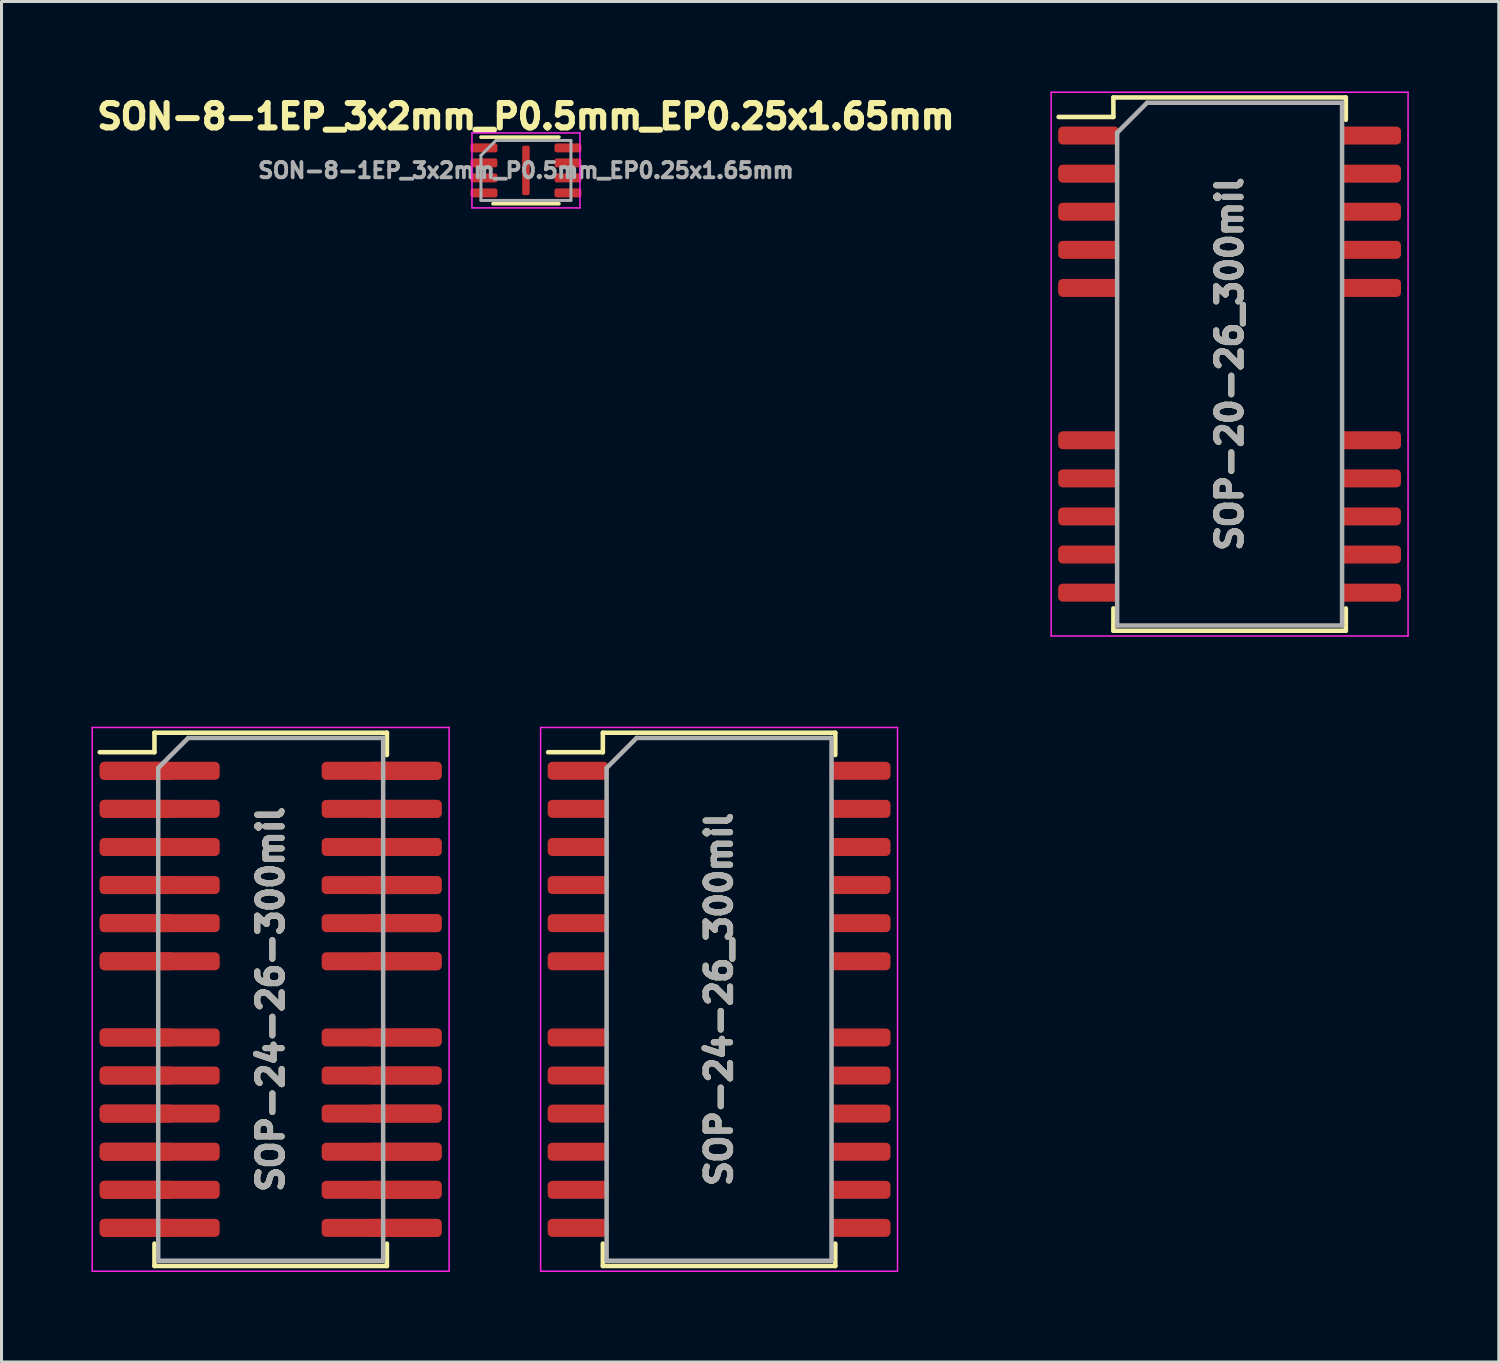
<source format=kicad_pcb>
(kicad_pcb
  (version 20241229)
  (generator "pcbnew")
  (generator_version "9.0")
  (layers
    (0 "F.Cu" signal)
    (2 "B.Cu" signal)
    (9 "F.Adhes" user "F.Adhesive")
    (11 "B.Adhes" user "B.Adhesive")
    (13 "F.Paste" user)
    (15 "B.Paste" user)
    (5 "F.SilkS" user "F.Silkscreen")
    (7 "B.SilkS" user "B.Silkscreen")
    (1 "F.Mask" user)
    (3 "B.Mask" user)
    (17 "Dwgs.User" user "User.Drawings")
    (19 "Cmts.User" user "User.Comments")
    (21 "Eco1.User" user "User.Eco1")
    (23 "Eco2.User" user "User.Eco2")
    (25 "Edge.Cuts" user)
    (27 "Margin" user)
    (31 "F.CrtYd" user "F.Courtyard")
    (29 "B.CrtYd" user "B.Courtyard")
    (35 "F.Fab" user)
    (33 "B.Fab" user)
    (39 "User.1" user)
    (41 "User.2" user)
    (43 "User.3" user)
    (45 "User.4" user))
  (footprint "SOP-24-26-300mil"
    (layer "F.Cu")
    (at 5.975 30.27)
    (property "Reference" "SOP-24-26-300mil" (at 0 0 270) (layer "F.Fab") (effects (font (size 0.813 0.813) (thickness 0.203))))
    (attr smd)
    (fp_line (start -3.875 -8.89) (end -3.875 -8.24) (stroke (width 0.152) (type solid)) (layer "F.SilkS"))
    (fp_line (start -3.875 -8.89) (end 3.875 -8.89) (stroke (width 0.152) (type solid)) (layer "F.SilkS"))
    (fp_line (start -3.875 -8.24) (end -5.7 -8.24) (stroke (width 0.152) (type solid)) (layer "F.SilkS"))
    (fp_line (start -3.875 8.89) (end -3.875 8.145) (stroke (width 0.152) (type solid)) (layer "F.SilkS"))
    (fp_line (start -3.875 8.89) (end 3.875 8.89) (stroke (width 0.152) (type solid)) (layer "F.SilkS"))
    (fp_line (start 3.875 -8.89) (end 3.875 -8.145) (stroke (width 0.152) (type solid)) (layer "F.SilkS"))
    (fp_line (start 3.875 8.89) (end 3.875 8.145) (stroke (width 0.152) (type solid)) (layer "F.SilkS"))
    (fp_line (start -5.95 -9.065) (end -5.95 9.065) (stroke (width 0.05) (type solid)) (layer "F.CrtYd"))
    (fp_line (start -5.95 -9.065) (end 5.95 -9.065) (stroke (width 0.05) (type solid)) (layer "F.CrtYd"))
    (fp_line (start -5.95 9.065) (end 5.95 9.065) (stroke (width 0.05) (type solid)) (layer "F.CrtYd"))
    (fp_line (start 5.95 -9.065) (end 5.95 9.065) (stroke (width 0.05) (type solid)) (layer "F.CrtYd"))
    (fp_line (start -3.75 -7.715) (end -2.75 -8.715) (stroke (width 0.15) (type solid)) (layer "F.Fab"))
    (fp_line (start -3.75 8.715) (end -3.75 -7.715) (stroke (width 0.15) (type solid)) (layer "F.Fab"))
    (fp_line (start -2.75 -8.715) (end 3.75 -8.715) (stroke (width 0.15) (type solid)) (layer "F.Fab"))
    (fp_line (start 3.75 -8.715) (end 3.75 8.715) (stroke (width 0.15) (type solid)) (layer "F.Fab"))
    (fp_line (start 3.75 8.715) (end -3.75 8.715) (stroke (width 0.15) (type solid)) (layer "F.Fab"))
    (fp_text user "${REFERENCE}" (at 0 0 90) (layer "F.SilkS") (effects (font (size 0.813 0.813) (thickness 0.203))))
    (pad "1" smd roundrect (at -4.45 -7.62) (size 2.5 0.6) (layers "F.Cu" "F.Mask" "F.Paste") (roundrect_rratio 0.25))
    (pad "1" smd roundrect (at -3.7 -7.62) (size 4 0.6) (layers "F.Cu" "F.Mask") (roundrect_rratio 0.25))
    (pad "2" smd roundrect (at -4.45 -6.35) (size 2.5 0.6) (layers "F.Cu" "F.Mask" "F.Paste") (roundrect_rratio 0.25))
    (pad "2" smd roundrect (at -3.7 -6.35) (size 4 0.6) (layers "F.Cu" "F.Mask") (roundrect_rratio 0.25))
    (pad "3" smd roundrect (at -4.45 -5.08) (size 2.5 0.6) (layers "F.Cu" "F.Mask" "F.Paste") (roundrect_rratio 0.25))
    (pad "3" smd roundrect (at -3.7 -5.08) (size 4 0.6) (layers "F.Cu" "F.Mask") (roundrect_rratio 0.25))
    (pad "4" smd roundrect (at -4.45 -3.81) (size 2.5 0.6) (layers "F.Cu" "F.Mask" "F.Paste") (roundrect_rratio 0.25))
    (pad "4" smd roundrect (at -3.7 -3.81) (size 4 0.6) (layers "F.Cu" "F.Mask") (roundrect_rratio 0.25))
    (pad "5" smd roundrect (at -4.45 -2.54) (size 2.5 0.6) (layers "F.Cu" "F.Mask" "F.Paste") (roundrect_rratio 0.25))
    (pad "5" smd roundrect (at -3.7 -2.54) (size 4 0.6) (layers "F.Cu" "F.Mask") (roundrect_rratio 0.25))
    (pad "6" smd roundrect (at -4.45 -1.27) (size 2.5 0.6) (layers "F.Cu" "F.Mask" "F.Paste") (roundrect_rratio 0.25))
    (pad "6" smd roundrect (at -3.7 -1.27) (size 4 0.6) (layers "F.Cu" "F.Mask") (roundrect_rratio 0.25))
    (pad "8" smd roundrect (at -4.45 1.27) (size 2.5 0.6) (layers "F.Cu" "F.Mask" "F.Paste") (roundrect_rratio 0.25))
    (pad "8" smd roundrect (at -3.7 1.27) (size 4 0.6) (layers "F.Cu" "F.Mask") (roundrect_rratio 0.25))
    (pad "9" smd roundrect (at -4.45 2.54) (size 2.5 0.6) (layers "F.Cu" "F.Mask" "F.Paste") (roundrect_rratio 0.25))
    (pad "9" smd roundrect (at -3.7 2.54) (size 4 0.6) (layers "F.Cu" "F.Mask") (roundrect_rratio 0.25))
    (pad "10" smd roundrect (at -4.45 3.81) (size 2.5 0.6) (layers "F.Cu" "F.Mask" "F.Paste") (roundrect_rratio 0.25))
    (pad "10" smd roundrect (at -3.7 3.81) (size 4 0.6) (layers "F.Cu" "F.Mask") (roundrect_rratio 0.25))
    (pad "11" smd roundrect (at -4.45 5.08) (size 2.5 0.6) (layers "F.Cu" "F.Mask" "F.Paste") (roundrect_rratio 0.25))
    (pad "11" smd roundrect (at -3.7 5.08) (size 4 0.6) (layers "F.Cu" "F.Mask") (roundrect_rratio 0.25))
    (pad "12" smd roundrect (at -4.45 6.35) (size 2.5 0.6) (layers "F.Cu" "F.Mask" "F.Paste") (roundrect_rratio 0.25))
    (pad "12" smd roundrect (at -3.7 6.35) (size 4 0.6) (layers "F.Cu" "F.Mask") (roundrect_rratio 0.25))
    (pad "13" smd roundrect (at -4.45 7.62) (size 2.5 0.6) (layers "F.Cu" "F.Mask" "F.Paste") (roundrect_rratio 0.25))
    (pad "13" smd roundrect (at -3.7 7.62) (size 4 0.6) (layers "F.Cu" "F.Mask") (roundrect_rratio 0.25))
    (pad "14" smd roundrect (at 3.7 7.62) (size 4 0.6) (layers "F.Cu" "F.Mask") (roundrect_rratio 0.25))
    (pad "14" smd roundrect (at 4.45 7.62) (size 2.5 0.6) (layers "F.Cu" "F.Mask" "F.Paste") (roundrect_rratio 0.25))
    (pad "15" smd roundrect (at 3.7 6.35) (size 4 0.6) (layers "F.Cu" "F.Mask") (roundrect_rratio 0.25))
    (pad "15" smd roundrect (at 4.45 6.35) (size 2.5 0.6) (layers "F.Cu" "F.Mask" "F.Paste") (roundrect_rratio 0.25))
    (pad "16" smd roundrect (at 3.7 5.08) (size 4 0.6) (layers "F.Cu" "F.Mask") (roundrect_rratio 0.25))
    (pad "16" smd roundrect (at 4.45 5.08) (size 2.5 0.6) (layers "F.Cu" "F.Mask" "F.Paste") (roundrect_rratio 0.25))
    (pad "17" smd roundrect (at 3.7 3.81) (size 4 0.6) (layers "F.Cu" "F.Mask") (roundrect_rratio 0.25))
    (pad "17" smd roundrect (at 4.45 3.81) (size 2.5 0.6) (layers "F.Cu" "F.Mask" "F.Paste") (roundrect_rratio 0.25))
    (pad "18" smd roundrect (at 3.7 2.54) (size 4 0.6) (layers "F.Cu" "F.Mask") (roundrect_rratio 0.25))
    (pad "18" smd roundrect (at 4.45 2.54) (size 2.5 0.6) (layers "F.Cu" "F.Mask" "F.Paste") (roundrect_rratio 0.25))
    (pad "19" smd roundrect (at 3.7 1.27) (size 4 0.6) (layers "F.Cu" "F.Mask") (roundrect_rratio 0.25))
    (pad "19" smd roundrect (at 4.45 1.27) (size 2.5 0.6) (layers "F.Cu" "F.Mask" "F.Paste") (roundrect_rratio 0.25))
    (pad "21" smd roundrect (at 3.7 -1.27) (size 4 0.6) (layers "F.Cu" "F.Mask") (roundrect_rratio 0.25))
    (pad "21" smd roundrect (at 4.45 -1.27) (size 2.5 0.6) (layers "F.Cu" "F.Mask" "F.Paste") (roundrect_rratio 0.25))
    (pad "22" smd roundrect (at 3.7 -2.54) (size 4 0.6) (layers "F.Cu" "F.Mask") (roundrect_rratio 0.25))
    (pad "22" smd roundrect (at 4.45 -2.54) (size 2.5 0.6) (layers "F.Cu" "F.Mask" "F.Paste") (roundrect_rratio 0.25))
    (pad "23" smd roundrect (at 3.7 -3.81) (size 4 0.6) (layers "F.Cu" "F.Mask") (roundrect_rratio 0.25))
    (pad "23" smd roundrect (at 4.45 -3.81) (size 2.5 0.6) (layers "F.Cu" "F.Mask" "F.Paste") (roundrect_rratio 0.25))
    (pad "24" smd roundrect (at 3.7 -5.08) (size 4 0.6) (layers "F.Cu" "F.Mask") (roundrect_rratio 0.25))
    (pad "24" smd roundrect (at 4.45 -5.08) (size 2.5 0.6) (layers "F.Cu" "F.Mask" "F.Paste") (roundrect_rratio 0.25))
    (pad "25" smd roundrect (at 3.7 -6.35) (size 4 0.6) (layers "F.Cu" "F.Mask") (roundrect_rratio 0.25))
    (pad "25" smd roundrect (at 4.45 -6.35) (size 2.5 0.6) (layers "F.Cu" "F.Mask" "F.Paste") (roundrect_rratio 0.25))
    (pad "26" smd roundrect (at 3.7 -7.62) (size 4 0.6) (layers "F.Cu" "F.Mask") (roundrect_rratio 0.25))
    (pad "26" smd roundrect (at 4.45 -7.62) (size 2.5 0.6) (layers "F.Cu" "F.Mask" "F.Paste") (roundrect_rratio 0.25)))
  (footprint "SOP-20-26_300mil"
    (layer "F.Cu")
    (at 37.947 9.09)
    (property "Reference" "SOP-20-26_300mil" (at 0 0 270) (layer "F.Fab") (effects (font (size 0.813 0.813) (thickness 0.203))))
    (attr smd)
    (fp_line (start -3.875 -8.89) (end -3.875 -8.24) (stroke (width 0.152) (type solid)) (layer "F.SilkS"))
    (fp_line (start -3.875 -8.89) (end 3.875 -8.89) (stroke (width 0.152) (type solid)) (layer "F.SilkS"))
    (fp_line (start -3.875 -8.24) (end -5.7 -8.24) (stroke (width 0.152) (type solid)) (layer "F.SilkS"))
    (fp_line (start -3.875 8.89) (end -3.875 8.145) (stroke (width 0.152) (type solid)) (layer "F.SilkS"))
    (fp_line (start -3.875 8.89) (end 3.875 8.89) (stroke (width 0.152) (type solid)) (layer "F.SilkS"))
    (fp_line (start 3.875 -8.89) (end 3.875 -8.145) (stroke (width 0.152) (type solid)) (layer "F.SilkS"))
    (fp_line (start 3.875 8.89) (end 3.875 8.145) (stroke (width 0.152) (type solid)) (layer "F.SilkS"))
    (fp_line (start -5.95 -9.065) (end -5.95 9.065) (stroke (width 0.05) (type solid)) (layer "F.CrtYd"))
    (fp_line (start -5.95 -9.065) (end 5.95 -9.065) (stroke (width 0.05) (type solid)) (layer "F.CrtYd"))
    (fp_line (start -5.95 9.065) (end 5.95 9.065) (stroke (width 0.05) (type solid)) (layer "F.CrtYd"))
    (fp_line (start 5.95 -9.065) (end 5.95 9.065) (stroke (width 0.05) (type solid)) (layer "F.CrtYd"))
    (fp_line (start -3.75 -7.715) (end -2.75 -8.715) (stroke (width 0.15) (type solid)) (layer "F.Fab"))
    (fp_line (start -3.75 8.715) (end -3.75 -7.715) (stroke (width 0.15) (type solid)) (layer "F.Fab"))
    (fp_line (start -2.75 -8.715) (end 3.75 -8.715) (stroke (width 0.15) (type solid)) (layer "F.Fab"))
    (fp_line (start 3.75 -8.715) (end 3.75 8.715) (stroke (width 0.15) (type solid)) (layer "F.Fab"))
    (fp_line (start 3.75 8.715) (end -3.75 8.715) (stroke (width 0.15) (type solid)) (layer "F.Fab"))
    (fp_text user "${REFERENCE}" (at 0 0 90) (layer "F.SilkS") (effects (font (size 0.813 0.813) (thickness 0.203))))
    (pad "1" smd roundrect (at -4.699 -7.62) (size 2.032 0.6) (layers "F.Cu" "F.Mask" "F.Paste") (roundrect_rratio 0.25))
    (pad "2" smd roundrect (at -4.699 -6.35) (size 2.032 0.6) (layers "F.Cu" "F.Mask" "F.Paste") (roundrect_rratio 0.25))
    (pad "3" smd roundrect (at -4.699 -5.08) (size 2.032 0.6) (layers "F.Cu" "F.Mask" "F.Paste") (roundrect_rratio 0.25))
    (pad "4" smd roundrect (at -4.699 -3.81) (size 2.032 0.6) (layers "F.Cu" "F.Mask" "F.Paste") (roundrect_rratio 0.25))
    (pad "5" smd roundrect (at -4.699 -2.54) (size 2.032 0.6) (layers "F.Cu" "F.Mask" "F.Paste") (roundrect_rratio 0.25))
    (pad "9" smd roundrect (at -4.699 2.54) (size 2.032 0.6) (layers "F.Cu" "F.Mask" "F.Paste") (roundrect_rratio 0.25))
    (pad "10" smd roundrect (at -4.699 3.81) (size 2.032 0.6) (layers "F.Cu" "F.Mask" "F.Paste") (roundrect_rratio 0.25))
    (pad "11" smd roundrect (at -4.699 5.08) (size 2.032 0.6) (layers "F.Cu" "F.Mask" "F.Paste") (roundrect_rratio 0.25))
    (pad "12" smd roundrect (at -4.699 6.35) (size 2.032 0.6) (layers "F.Cu" "F.Mask" "F.Paste") (roundrect_rratio 0.25))
    (pad "13" smd roundrect (at -4.699 7.62) (size 2.032 0.6) (layers "F.Cu" "F.Mask" "F.Paste") (roundrect_rratio 0.25))
    (pad "14" smd roundrect (at 4.699 7.62) (size 2.032 0.6) (layers "F.Cu" "F.Mask" "F.Paste") (roundrect_rratio 0.25))
    (pad "15" smd roundrect (at 4.699 6.35) (size 2.032 0.6) (layers "F.Cu" "F.Mask" "F.Paste") (roundrect_rratio 0.25))
    (pad "16" smd roundrect (at 4.699 5.08) (size 2.032 0.6) (layers "F.Cu" "F.Mask" "F.Paste") (roundrect_rratio 0.25))
    (pad "17" smd roundrect (at 4.699 3.81) (size 2.032 0.6) (layers "F.Cu" "F.Mask" "F.Paste") (roundrect_rratio 0.25))
    (pad "18" smd roundrect (at 4.699 2.54) (size 2.032 0.6) (layers "F.Cu" "F.Mask" "F.Paste") (roundrect_rratio 0.25))
    (pad "22" smd roundrect (at 4.699 -2.54) (size 2.032 0.6) (layers "F.Cu" "F.Mask" "F.Paste") (roundrect_rratio 0.25))
    (pad "23" smd roundrect (at 4.699 -3.81) (size 2.032 0.6) (layers "F.Cu" "F.Mask" "F.Paste") (roundrect_rratio 0.25))
    (pad "24" smd roundrect (at 4.699 -5.08) (size 2.032 0.6) (layers "F.Cu" "F.Mask" "F.Paste") (roundrect_rratio 0.25))
    (pad "25" smd roundrect (at 4.699 -6.35) (size 2.032 0.6) (layers "F.Cu" "F.Mask" "F.Paste") (roundrect_rratio 0.25))
    (pad "26" smd roundrect (at 4.699 -7.62) (size 2.032 0.6) (layers "F.Cu" "F.Mask" "F.Paste") (roundrect_rratio 0.25)))
  (footprint "SON-8-1EP_3x2mm_P0.5mm_EP0.25x1.65mm"
    (layer "F.Cu")
    (at 14.486 2.632)
    (property "Reference" "SON-8-1EP_3x2mm_P0.5mm_EP0.25x1.65mm" (at 0 0 0) (layer "F.Fab") (effects (font (size 0.508 0.508) (thickness 0.127))))
    (attr smd)
    (fp_line (start -1.5 -1.11) (end 1.1 -1.11) (stroke (width 0.12) (type solid)) (layer "F.SilkS"))
    (fp_line (start -1.1 1.11) (end 1.1 1.11) (stroke (width 0.12) (type solid)) (layer "F.SilkS"))
    (fp_line (start -1.8 -1.25) (end -1.8 1.25) (stroke (width 0.05) (type solid)) (layer "F.CrtYd"))
    (fp_line (start -1.8 1.25) (end 1.8 1.25) (stroke (width 0.05) (type solid)) (layer "F.CrtYd"))
    (fp_line (start 1.8 -1.25) (end -1.8 -1.25) (stroke (width 0.05) (type solid)) (layer "F.CrtYd"))
    (fp_line (start 1.8 1.25) (end 1.8 -1.25) (stroke (width 0.05) (type solid)) (layer "F.CrtYd"))
    (fp_line (start -1.5 -0.5) (end -1 -1) (stroke (width 0.1) (type solid)) (layer "F.Fab"))
    (fp_line (start -1.5 1) (end -1.5 -0.5) (stroke (width 0.1) (type solid)) (layer "F.Fab"))
    (fp_line (start -1 -1) (end 1.5 -1) (stroke (width 0.1) (type solid)) (layer "F.Fab"))
    (fp_line (start 1.5 -1) (end 1.5 1) (stroke (width 0.1) (type solid)) (layer "F.Fab"))
    (fp_line (start 1.5 1) (end -1.5 1) (stroke (width 0.1) (type solid)) (layer "F.Fab"))
    (fp_text user "${REFERENCE}" (at 0 -1.8 0) (layer "F.SilkS") (effects (font (size 0.813 0.813) (thickness 0.203))))
    (pad "1" smd roundrect (at -1.4 -0.75) (size 0.9 0.3) (layers "F.Cu" "F.Mask" "F.Paste") (roundrect_rratio 0.25))
    (pad "2" smd roundrect (at -1.4 -0.25) (size 0.9 0.3) (layers "F.Cu" "F.Mask" "F.Paste") (roundrect_rratio 0.25))
    (pad "3" smd roundrect (at -1.4 0.25) (size 0.9 0.3) (layers "F.Cu" "F.Mask" "F.Paste") (roundrect_rratio 0.25))
    (pad "4" smd roundrect (at -1.4 0.75) (size 0.9 0.3) (layers "F.Cu" "F.Mask" "F.Paste") (roundrect_rratio 0.25))
    (pad "5" smd roundrect (at 1.4 0.75) (size 0.9 0.3) (layers "F.Cu" "F.Mask" "F.Paste") (roundrect_rratio 0.25))
    (pad "6" smd roundrect (at 1.4 0.25) (size 0.9 0.3) (layers "F.Cu" "F.Mask" "F.Paste") (roundrect_rratio 0.25))
    (pad "7" smd roundrect (at 1.4 -0.25) (size 0.9 0.3) (layers "F.Cu" "F.Mask" "F.Paste") (roundrect_rratio 0.25))
    (pad "8" smd roundrect (at 1.4 -0.75) (size 0.9 0.3) (layers "F.Cu" "F.Mask" "F.Paste") (roundrect_rratio 0.25))
    (pad "9" smd roundrect (at 0 0) (size 0.25 1.65) (layers "F.Cu" "F.Mask") (roundrect_rratio 0.25)))
  (footprint "SOP-24-26_300mil"
    (layer "F.Cu")
    (at 20.925 30.27)
    (property "Reference" "SOP-24-26_300mil" (at 0 0 270) (layer "F.Fab") (effects (font (size 0.813 0.813) (thickness 0.203))))
    (attr smd)
    (fp_line (start -3.875 -8.89) (end -3.875 -8.24) (stroke (width 0.152) (type solid)) (layer "F.SilkS"))
    (fp_line (start -3.875 -8.89) (end 3.875 -8.89) (stroke (width 0.152) (type solid)) (layer "F.SilkS"))
    (fp_line (start -3.875 -8.24) (end -5.7 -8.24) (stroke (width 0.152) (type solid)) (layer "F.SilkS"))
    (fp_line (start -3.875 8.89) (end -3.875 8.145) (stroke (width 0.152) (type solid)) (layer "F.SilkS"))
    (fp_line (start -3.875 8.89) (end 3.875 8.89) (stroke (width 0.152) (type solid)) (layer "F.SilkS"))
    (fp_line (start 3.875 -8.89) (end 3.875 -8.145) (stroke (width 0.152) (type solid)) (layer "F.SilkS"))
    (fp_line (start 3.875 8.89) (end 3.875 8.145) (stroke (width 0.152) (type solid)) (layer "F.SilkS"))
    (fp_line (start -5.95 -9.065) (end -5.95 9.065) (stroke (width 0.05) (type solid)) (layer "F.CrtYd"))
    (fp_line (start -5.95 -9.065) (end 5.95 -9.065) (stroke (width 0.05) (type solid)) (layer "F.CrtYd"))
    (fp_line (start -5.95 9.065) (end 5.95 9.065) (stroke (width 0.05) (type solid)) (layer "F.CrtYd"))
    (fp_line (start 5.95 -9.065) (end 5.95 9.065) (stroke (width 0.05) (type solid)) (layer "F.CrtYd"))
    (fp_line (start -3.75 -7.715) (end -2.75 -8.715) (stroke (width 0.15) (type solid)) (layer "F.Fab"))
    (fp_line (start -3.75 8.715) (end -3.75 -7.715) (stroke (width 0.15) (type solid)) (layer "F.Fab"))
    (fp_line (start -2.75 -8.715) (end 3.75 -8.715) (stroke (width 0.15) (type solid)) (layer "F.Fab"))
    (fp_line (start 3.75 -8.715) (end 3.75 8.715) (stroke (width 0.15) (type solid)) (layer "F.Fab"))
    (fp_line (start 3.75 8.715) (end -3.75 8.715) (stroke (width 0.15) (type solid)) (layer "F.Fab"))
    (fp_text user "${REFERENCE}" (at 0 0 90) (layer "F.SilkS") (effects (font (size 0.813 0.813) (thickness 0.203))))
    (pad "1" smd roundrect (at -4.699 -7.62) (size 2.032 0.6) (layers "F.Cu" "F.Mask" "F.Paste") (roundrect_rratio 0.25))
    (pad "2" smd roundrect (at -4.699 -6.35) (size 2.032 0.6) (layers "F.Cu" "F.Mask" "F.Paste") (roundrect_rratio 0.25))
    (pad "3" smd roundrect (at -4.699 -5.08) (size 2.032 0.6) (layers "F.Cu" "F.Mask" "F.Paste") (roundrect_rratio 0.25))
    (pad "4" smd roundrect (at -4.699 -3.81) (size 2.032 0.6) (layers "F.Cu" "F.Mask" "F.Paste") (roundrect_rratio 0.25))
    (pad "5" smd roundrect (at -4.699 -2.54) (size 2.032 0.6) (layers "F.Cu" "F.Mask" "F.Paste") (roundrect_rratio 0.25))
    (pad "6" smd roundrect (at -4.699 -1.27) (size 2.032 0.6) (layers "F.Cu" "F.Mask" "F.Paste") (roundrect_rratio 0.25))
    (pad "8" smd roundrect (at -4.699 1.27) (size 2.032 0.6) (layers "F.Cu" "F.Mask" "F.Paste") (roundrect_rratio 0.25))
    (pad "9" smd roundrect (at -4.699 2.54) (size 2.032 0.6) (layers "F.Cu" "F.Mask" "F.Paste") (roundrect_rratio 0.25))
    (pad "10" smd roundrect (at -4.699 3.81) (size 2.032 0.6) (layers "F.Cu" "F.Mask" "F.Paste") (roundrect_rratio 0.25))
    (pad "11" smd roundrect (at -4.699 5.08) (size 2.032 0.6) (layers "F.Cu" "F.Mask" "F.Paste") (roundrect_rratio 0.25))
    (pad "12" smd roundrect (at -4.699 6.35) (size 2.032 0.6) (layers "F.Cu" "F.Mask" "F.Paste") (roundrect_rratio 0.25))
    (pad "13" smd roundrect (at -4.699 7.62) (size 2.032 0.6) (layers "F.Cu" "F.Mask" "F.Paste") (roundrect_rratio 0.25))
    (pad "14" smd roundrect (at 4.699 7.62) (size 2.032 0.6) (layers "F.Cu" "F.Mask" "F.Paste") (roundrect_rratio 0.25))
    (pad "15" smd roundrect (at 4.699 6.35) (size 2.032 0.6) (layers "F.Cu" "F.Mask" "F.Paste") (roundrect_rratio 0.25))
    (pad "16" smd roundrect (at 4.699 5.08) (size 2.032 0.6) (layers "F.Cu" "F.Mask" "F.Paste") (roundrect_rratio 0.25))
    (pad "17" smd roundrect (at 4.699 3.81) (size 2.032 0.6) (layers "F.Cu" "F.Mask" "F.Paste") (roundrect_rratio 0.25))
    (pad "18" smd roundrect (at 4.699 2.54) (size 2.032 0.6) (layers "F.Cu" "F.Mask" "F.Paste") (roundrect_rratio 0.25))
    (pad "19" smd roundrect (at 4.699 1.27) (size 2.032 0.6) (layers "F.Cu" "F.Mask" "F.Paste") (roundrect_rratio 0.25))
    (pad "21" smd roundrect (at 4.699 -1.27) (size 2.032 0.6) (layers "F.Cu" "F.Mask" "F.Paste") (roundrect_rratio 0.25))
    (pad "22" smd roundrect (at 4.699 -2.54) (size 2.032 0.6) (layers "F.Cu" "F.Mask" "F.Paste") (roundrect_rratio 0.25))
    (pad "23" smd roundrect (at 4.699 -3.81) (size 2.032 0.6) (layers "F.Cu" "F.Mask" "F.Paste") (roundrect_rratio 0.25))
    (pad "24" smd roundrect (at 4.699 -5.08) (size 2.032 0.6) (layers "F.Cu" "F.Mask" "F.Paste") (roundrect_rratio 0.25))
    (pad "25" smd roundrect (at 4.699 -6.35) (size 2.032 0.6) (layers "F.Cu" "F.Mask" "F.Paste") (roundrect_rratio 0.25))
    (pad "26" smd roundrect (at 4.699 -7.62) (size 2.032 0.6) (layers "F.Cu" "F.Mask" "F.Paste") (roundrect_rratio 0.25)))
  (gr_rect
    (start -3 -3)
    (end 46.922 42.36)
    (stroke (width 0.1) (type default))
    (fill no)
    (layer "Edge.Cuts")))
</source>
